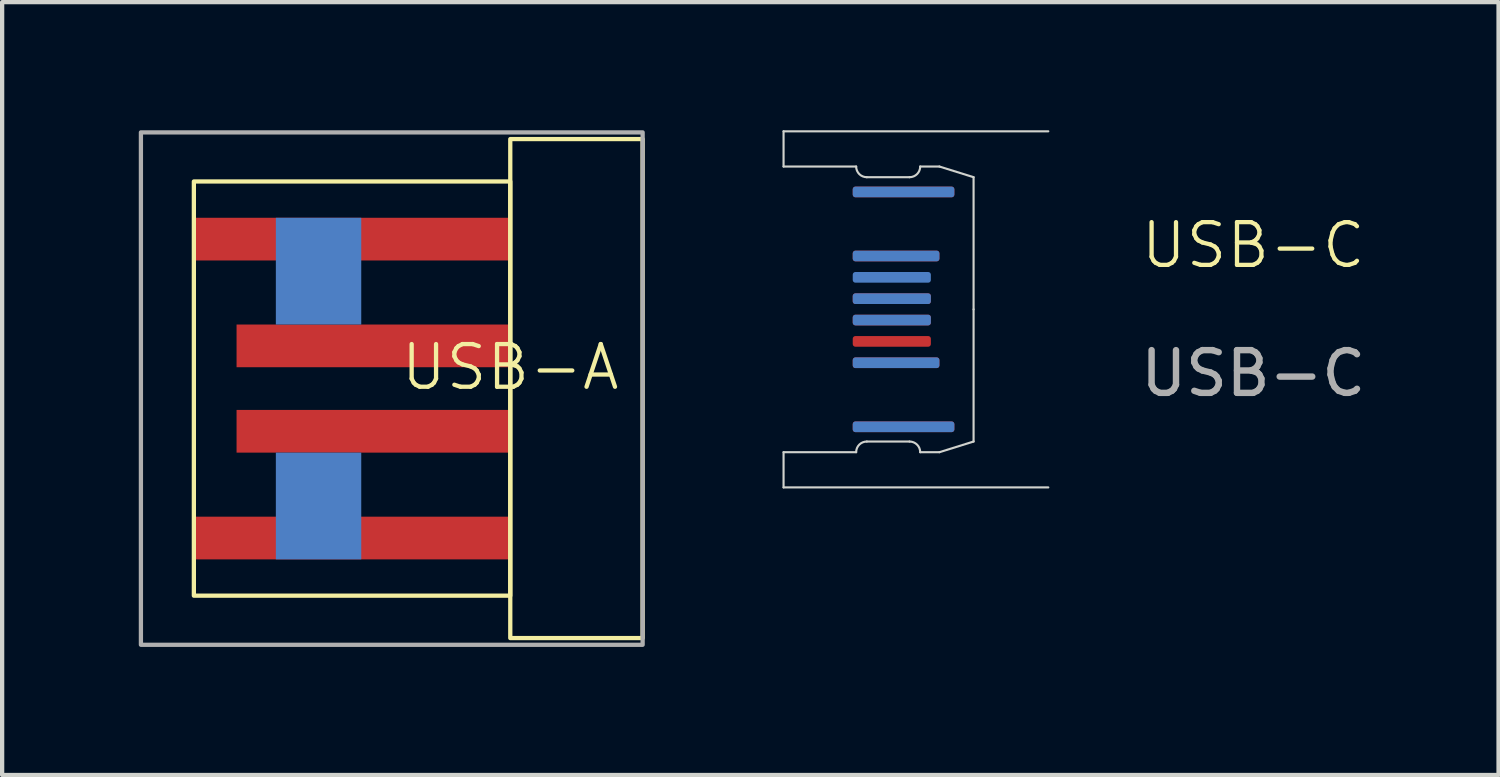
<source format=kicad_pcb>
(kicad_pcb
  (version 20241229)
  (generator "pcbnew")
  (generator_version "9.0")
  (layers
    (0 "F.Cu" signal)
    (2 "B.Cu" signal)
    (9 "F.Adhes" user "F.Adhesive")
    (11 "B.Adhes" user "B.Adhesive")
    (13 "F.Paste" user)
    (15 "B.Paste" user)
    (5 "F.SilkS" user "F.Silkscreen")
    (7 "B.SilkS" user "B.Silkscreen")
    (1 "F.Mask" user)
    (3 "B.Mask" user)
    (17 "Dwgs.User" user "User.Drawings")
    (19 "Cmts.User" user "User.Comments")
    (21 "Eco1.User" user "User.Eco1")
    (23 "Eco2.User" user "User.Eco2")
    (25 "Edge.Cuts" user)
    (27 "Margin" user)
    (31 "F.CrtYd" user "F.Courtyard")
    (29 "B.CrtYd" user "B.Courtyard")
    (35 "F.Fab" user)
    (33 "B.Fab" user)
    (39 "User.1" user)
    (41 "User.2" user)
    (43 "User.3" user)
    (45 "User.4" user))
  (footprint "USB-C"
    (layer "F.Cu")
    (at 15.3 4.195)
    (property "Reference" "USB-C" (at 11 -1.5 0) (unlocked yes) (layer "F.SilkS") (effects (font (size 1 1) (thickness 0.1))))
    (attr smd)
    (fp_line (start 0 -4.17) (end 6.2 -4.17) (stroke (width 0.05) (type default)) (layer "Edge.Cuts"))
    (fp_line (start 0 -3.345) (end 0 -4.17) (stroke (width 0.05) (type default)) (layer "Edge.Cuts"))
    (fp_line (start 0 -3.345) (end 1.7 -3.345) (stroke (width 0.05) (type default)) (layer "Edge.Cuts"))
    (fp_line (start 0 3.345) (end 0 4.17) (stroke (width 0.05) (type default)) (layer "Edge.Cuts"))
    (fp_line (start 0 3.345) (end 1.7 3.345) (stroke (width 0.05) (type default)) (layer "Edge.Cuts"))
    (fp_line (start 0 4.17) (end 6.2 4.17) (stroke (width 0.05) (type default)) (layer "Edge.Cuts"))
    (fp_line (start 1.95 -3.095) (end 2.95 -3.095) (stroke (width 0.05) (type default)) (layer "Edge.Cuts"))
    (fp_line (start 1.95 3.095) (end 2.95 3.095) (stroke (width 0.05) (type default)) (layer "Edge.Cuts"))
    (fp_line (start 3.2 -3.345) (end 3.65 -3.345) (stroke (width 0.05) (type default)) (layer "Edge.Cuts"))
    (fp_line (start 3.2 3.345) (end 3.65 3.345) (stroke (width 0.05) (type default)) (layer "Edge.Cuts"))
    (fp_line (start 3.65 -3.345) (end 4.45 -3.095) (stroke (width 0.05) (type default)) (layer "Edge.Cuts"))
    (fp_line (start 3.65 3.345) (end 4.45 3.095) (stroke (width 0.05) (type default)) (layer "Edge.Cuts"))
    (fp_line (start 4.45 -3.095) (end 4.45 0) (stroke (width 0.05) (type default)) (layer "Edge.Cuts"))
    (fp_line (start 4.45 3.095) (end 4.45 0) (stroke (width 0.05) (type default)) (layer "Edge.Cuts"))
    (fp_arc (start 1.7 3.345) (mid 1.773223 3.168223) (end 1.95 3.095) (stroke (width 0.05) (type default)) (layer "Edge.Cuts"))
    (fp_arc (start 1.95 -3.095) (mid 1.773223 -3.168223) (end 1.7 -3.345) (stroke (width 0.05) (type default)) (layer "Edge.Cuts"))
    (fp_arc (start 2.95 3.095) (mid 3.126777 3.168223) (end 3.2 3.345) (stroke (width 0.05) (type default)) (layer "Edge.Cuts"))
    (fp_arc (start 3.2 -3.345) (mid 3.126777 -3.168223) (end 2.95 -3.095) (stroke (width 0.05) (type default)) (layer "Edge.Cuts"))
    (fp_text user "${REFERENCE}" (at 11 1.5 0) (unlocked yes) (layer "F.Fab") (effects (font (size 1 1) (thickness 0.15))))
    (pad "1" smd roundrect (at 2.81 -2.75) (size 2.38 0.25) (layers "F.Cu" "F.Mask" "F.Paste") (roundrect_rratio 0.25))
    (pad "1" smd roundrect (at 2.81 -2.75) (size 2.38 0.25) (layers "B.Cu" "B.Mask" "B.Paste") (roundrect_rratio 0.25))
    (pad "1" smd roundrect (at 2.81 2.75) (size 2.38 0.25) (layers "F.Cu" "F.Mask" "F.Paste") (roundrect_rratio 0.25))
    (pad "1" smd roundrect (at 2.81 2.75) (size 2.38 0.25) (layers "B.Cu" "B.Mask" "B.Paste") (roundrect_rratio 0.25))
    (pad "2" smd roundrect (at 2.535 -0.25) (size 1.83 0.25) (layers "B.Cu" "B.Mask" "B.Paste") (roundrect_rratio 0.25))
    (pad "2" smd roundrect (at 2.535 0.25) (size 1.83 0.25) (layers "F.Cu" "F.Mask" "F.Paste") (roundrect_rratio 0.25))
    (pad "3" smd roundrect (at 2.535 -0.25) (size 1.83 0.25) (layers "F.Cu" "F.Mask" "F.Paste") (roundrect_rratio 0.25))
    (pad "3" smd roundrect (at 2.535 0.25) (size 1.83 0.25) (layers "B.Cu" "B.Mask" "B.Paste") (roundrect_rratio 0.25))
    (pad "4" smd roundrect (at 2.635 -1.25) (size 2.03 0.25) (layers "F.Cu" "F.Mask" "F.Paste") (roundrect_rratio 0.25))
    (pad "4" smd roundrect (at 2.635 -1.25) (size 2.03 0.25) (layers "B.Cu" "B.Mask" "B.Paste") (roundrect_rratio 0.25))
    (pad "4" smd roundrect (at 2.635 1.25) (size 2.03 0.25) (layers "F.Cu" "F.Mask" "F.Paste") (roundrect_rratio 0.25))
    (pad "4" smd roundrect (at 2.635 1.25) (size 2.03 0.25) (layers "B.Cu" "B.Mask" "B.Paste") (roundrect_rratio 0.25))
    (pad "5" smd roundrect (at 2.535 0.75) (size 1.83 0.25) (layers "F.Cu" "F.Mask" "F.Paste") (roundrect_rratio 0.25))
    (pad "6" smd roundrect (at 2.535 -0.75) (size 1.83 0.25) (layers "B.Cu" "B.Mask" "B.Paste") (roundrect_rratio 0.25)))
  (footprint "USB-A"
    (layer "F.Cu")
    (at 0.25 6.05)
    (property "Reference" "USB-A" (at 8.65 -0.5 0) (unlocked yes) (layer "F.SilkS") (effects (font (size 1 1) (thickness 0.1))))
    (attr smd)
    (fp_rect (start 1.24 -4.85) (end 8.65 4.85) (stroke (width 0.1) (type default)) (fill no) (layer "F.SilkS"))
    (fp_rect (start 8.65 -5.843) (end 11.75 5.843) (stroke (width 0.1) (type solid)) (fill no) (layer "F.SilkS"))
    (fp_rect (start 0 -6) (end 11.75 6) (stroke (width 0.1) (type default)) (fill no) (layer "F.Fab"))
    (pad "1" smd rect (at 4.945 -3.5) (size 7.41 1) (layers "F.Cu" "F.Mask" "F.Paste"))
    (pad "2" smd rect (at 5.445 -1) (size 6.41 1) (layers "F.Cu" "F.Mask" "F.Paste"))
    (pad "3" smd rect (at 5.445 1) (size 6.41 1) (layers "F.Cu" "F.Mask" "F.Paste"))
    (pad "4" smd rect (at 4.945 3.5) (size 7.41 1) (layers "F.Cu" "F.Mask" "F.Paste"))
    (pad "5" smd rect (at 4.16 -2.75) (size 2 2.5) (layers "B.Cu" "B.Mask" "B.Paste"))
    (pad "6" smd rect (at 4.16 2.75) (size 2 2.5) (layers "B.Cu" "B.Mask" "B.Paste")))
  (gr_rect
    (start -3 -3)
    (end 32.044 15.1)
    (stroke (width 0.1) (type default))
    (fill no)
    (layer "Edge.Cuts")))
</source>
